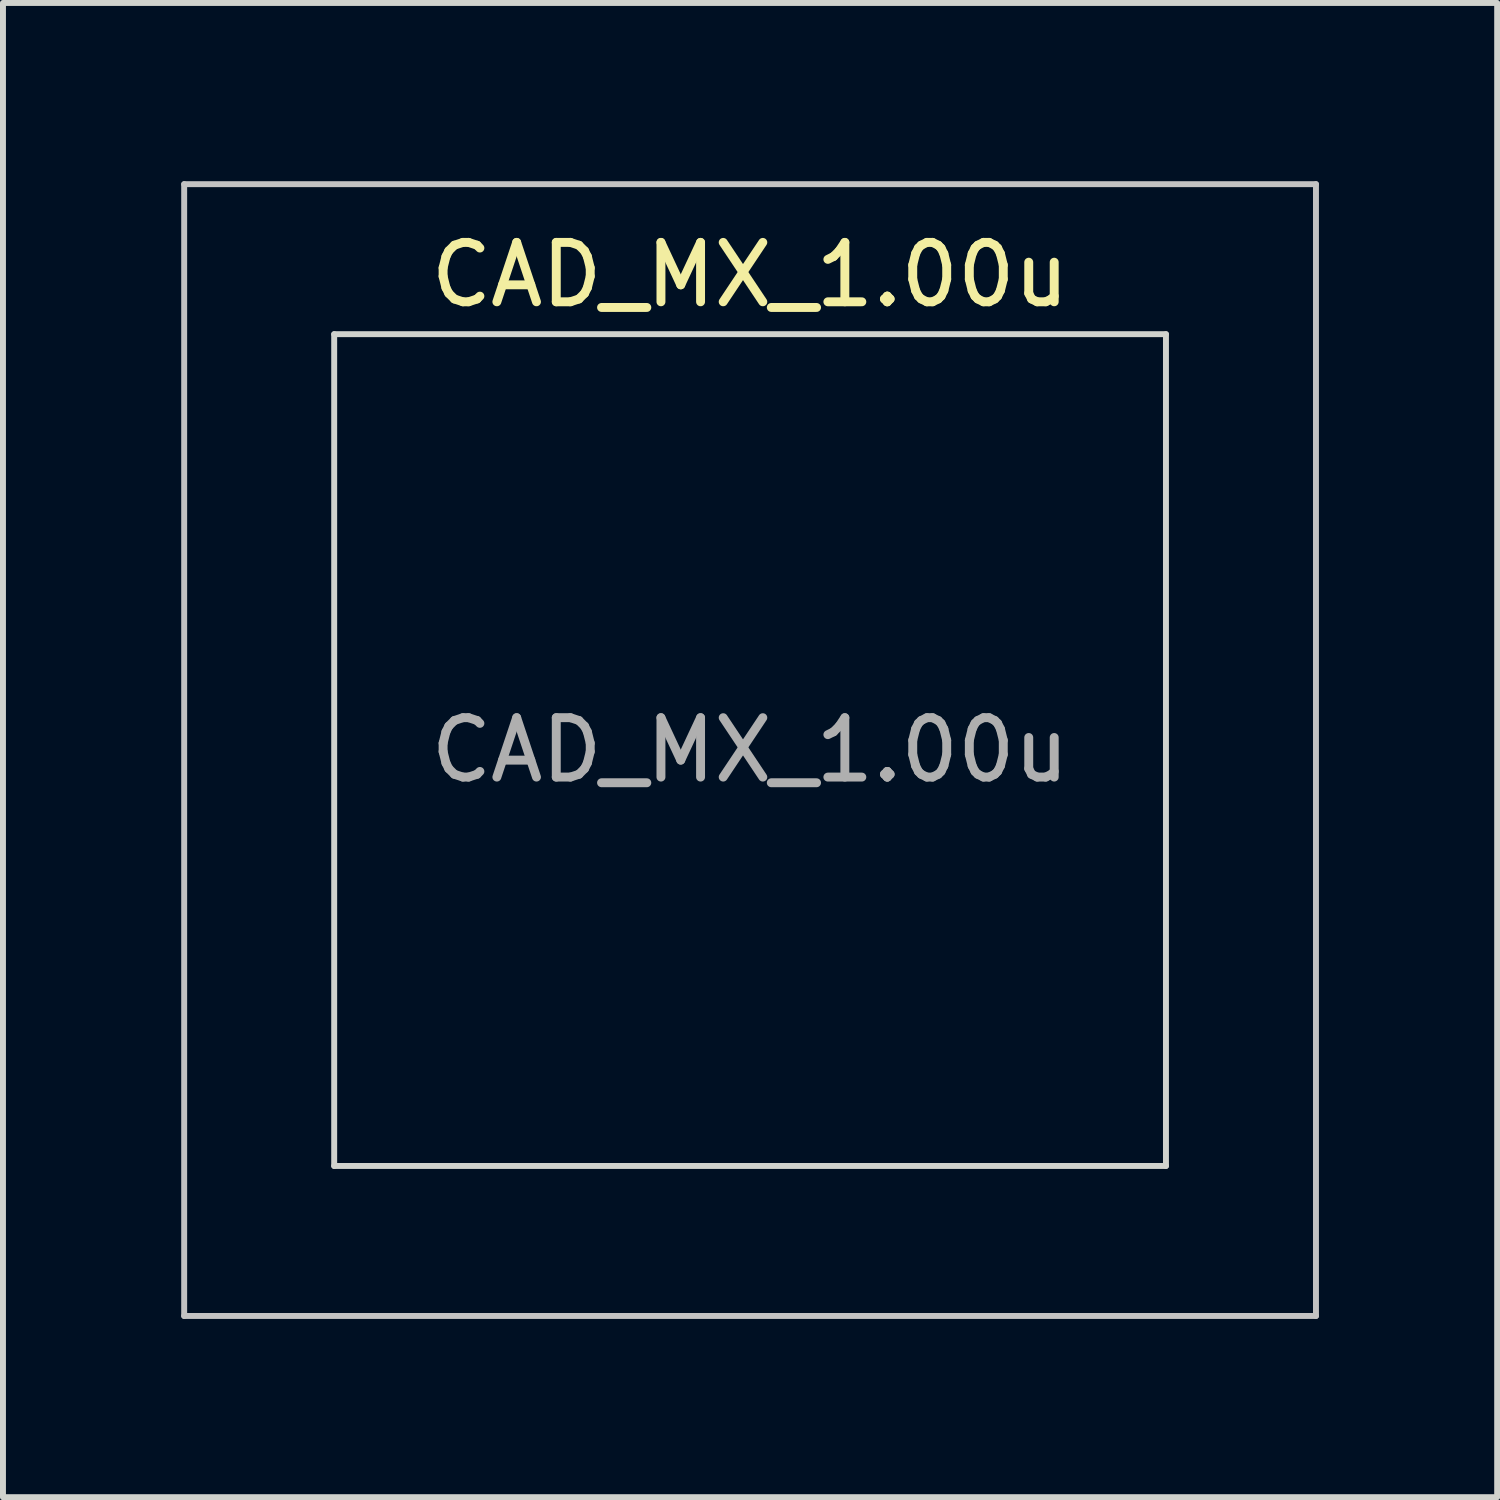
<source format=kicad_pcb>
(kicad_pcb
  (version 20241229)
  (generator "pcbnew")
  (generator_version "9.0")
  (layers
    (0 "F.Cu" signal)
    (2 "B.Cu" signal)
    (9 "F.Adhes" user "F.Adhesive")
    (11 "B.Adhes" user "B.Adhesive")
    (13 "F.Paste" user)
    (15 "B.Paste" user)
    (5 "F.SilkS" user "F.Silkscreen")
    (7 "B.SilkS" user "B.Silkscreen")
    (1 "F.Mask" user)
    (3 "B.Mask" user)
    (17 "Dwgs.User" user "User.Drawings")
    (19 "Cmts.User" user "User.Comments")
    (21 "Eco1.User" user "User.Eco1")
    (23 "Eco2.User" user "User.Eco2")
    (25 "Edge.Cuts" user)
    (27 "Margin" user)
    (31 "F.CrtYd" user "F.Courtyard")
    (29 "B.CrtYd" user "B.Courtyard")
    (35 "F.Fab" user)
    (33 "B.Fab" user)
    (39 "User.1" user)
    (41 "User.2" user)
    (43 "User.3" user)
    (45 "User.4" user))
  (footprint "CAD_MX_1.00u"
    (layer "F.Cu")
    (at 9.575 9.575)
    (property "Reference" "CAD_MX_1.00u" (at 0 -8 0) (layer "F.SilkS") (effects (font (size 1 1) (thickness 0.15))))
    (attr through_hole)
    (fp_line (start -9.525 -9.525) (end -9.525 9.525) (stroke (width 0.1) (type solid)) (layer "Dwgs.User"))
    (fp_line (start -9.525 9.525) (end 9.525 9.525) (stroke (width 0.1) (type solid)) (layer "Dwgs.User"))
    (fp_line (start 9.525 -9.525) (end -9.525 -9.525) (stroke (width 0.1) (type solid)) (layer "Dwgs.User"))
    (fp_line (start 9.525 9.525) (end 9.525 -9.525) (stroke (width 0.1) (type solid)) (layer "Dwgs.User"))
    (fp_line (start -7 -7) (end -7 7) (stroke (width 0.1) (type solid)) (layer "Edge.Cuts"))
    (fp_line (start -7 7) (end 7 7) (stroke (width 0.1) (type solid)) (layer "Edge.Cuts"))
    (fp_line (start 7 -7) (end -7 -7) (stroke (width 0.1) (type solid)) (layer "Edge.Cuts"))
    (fp_line (start 7 7) (end 7 -7) (stroke (width 0.1) (type solid)) (layer "Edge.Cuts"))
    (fp_text user "${REFERENCE}" (at 0 0 0) (layer "F.Fab") (effects (font (size 1 1) (thickness 0.15)))))
  (gr_rect
    (start -3 -3)
    (end 22.15 22.15)
    (stroke (width 0.1) (type default))
    (fill no)
    (layer "Edge.Cuts")))
</source>
